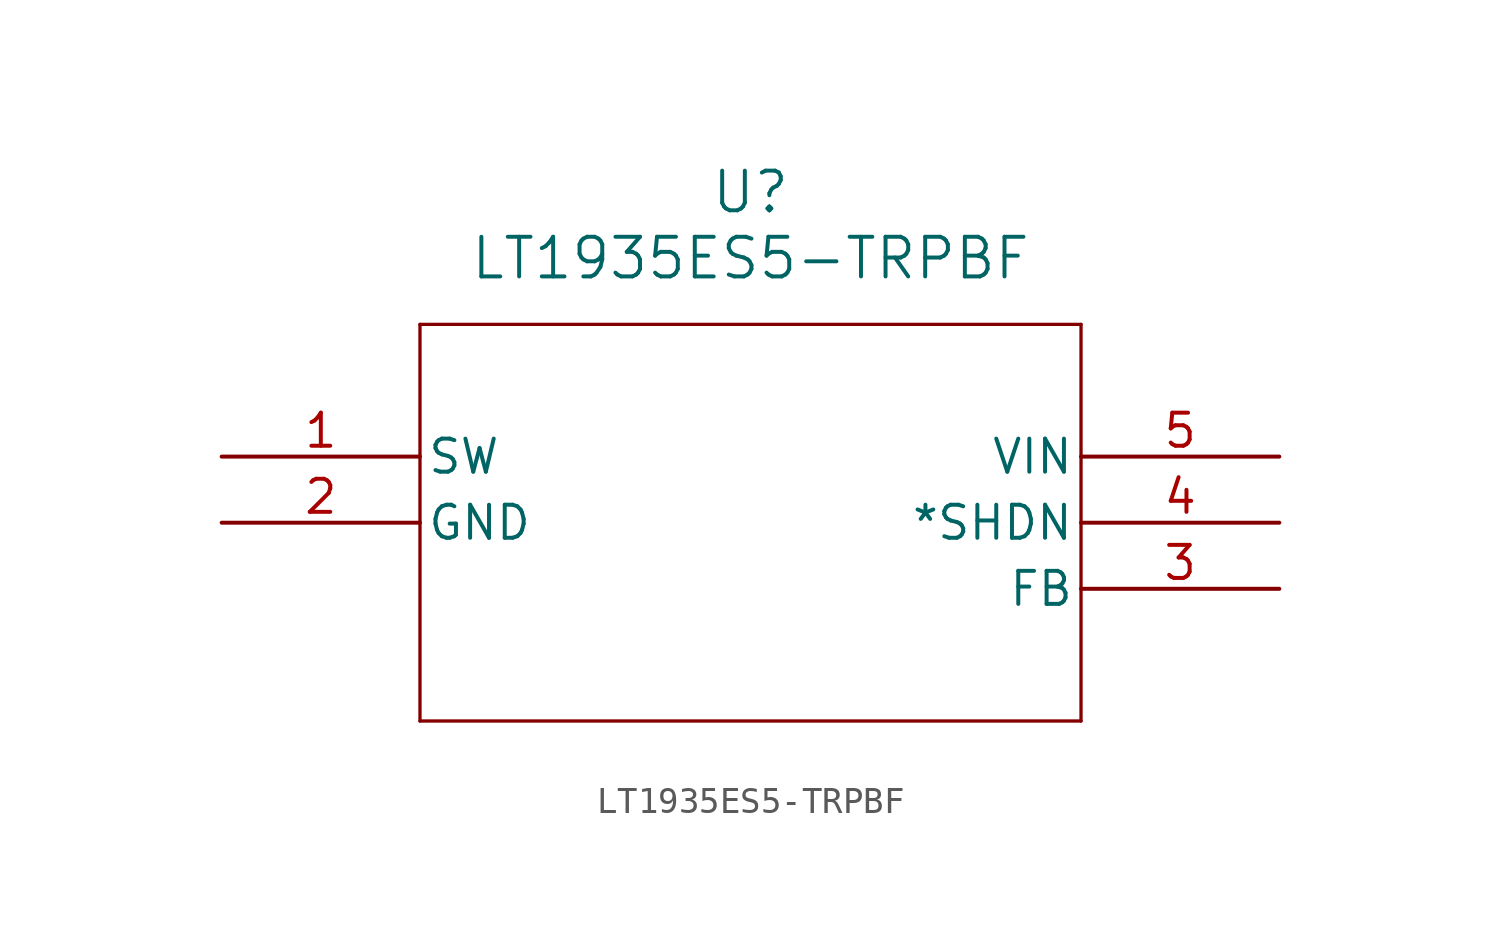
<source format=kicad_sym>
(kicad_symbol_lib
  (version 20211014)
  (generator kicad_symbol_editor)
  (symbol "LT1935ES5-TRPBF"
    (pin_names
      (offset 0.254))
    (property "Reference" "U"
      (at 20.32 10.16 0)
      (effects (font (size 1.524 1.524))))
    (property "Value" "LT1935ES5-TRPBF"
      (at 20.32 7.62 0)
      (effects (font (size 1.524 1.524))))
    (symbol "LT1935ES5-TRPBF_0_1"
      (polyline (pts (xy 7.62 5.08) (xy 7.62 -10.16)) (stroke (width 0.127) (type default) (color 0 0 0 0)) (fill (type none)))
      (polyline (pts (xy 7.62 -10.16) (xy 33.02 -10.16)) (stroke (width 0.127) (type default) (color 0 0 0 0)) (fill (type none)))
      (polyline (pts (xy 33.02 -10.16) (xy 33.02 5.08)) (stroke (width 0.127) (type default) (color 0 0 0 0)) (fill (type none)))
      (polyline (pts (xy 33.02 5.08) (xy 7.62 5.08)) (stroke (width 0.127) (type default) (color 0 0 0 0)) (fill (type none)))
      (pin unspecified line (at 0 0 0) (length 7.62) (name "SW" (effects (font (size 1.27 1.27)))) (number "1" (effects (font (size 1.27 1.27)))))
      (pin power_in line (at 0 -2.54 0) (length 7.62) (name "GND" (effects (font (size 1.27 1.27)))) (number "2" (effects (font (size 1.27 1.27)))))
      (pin unspecified line (at 40.64 -5.08 180) (length 7.62) (name "FB" (effects (font (size 1.27 1.27)))) (number "3" (effects (font (size 1.27 1.27)))))
      (pin unspecified line (at 40.64 -2.54 180) (length 7.62) (name "*SHDN" (effects (font (size 1.27 1.27)))) (number "4" (effects (font (size 1.27 1.27)))))
      (pin input line (at 40.64 0 180) (length 7.62) (name "VIN" (effects (font (size 1.27 1.27)))) (number "5" (effects (font (size 1.27 1.27))))))))
</source>
